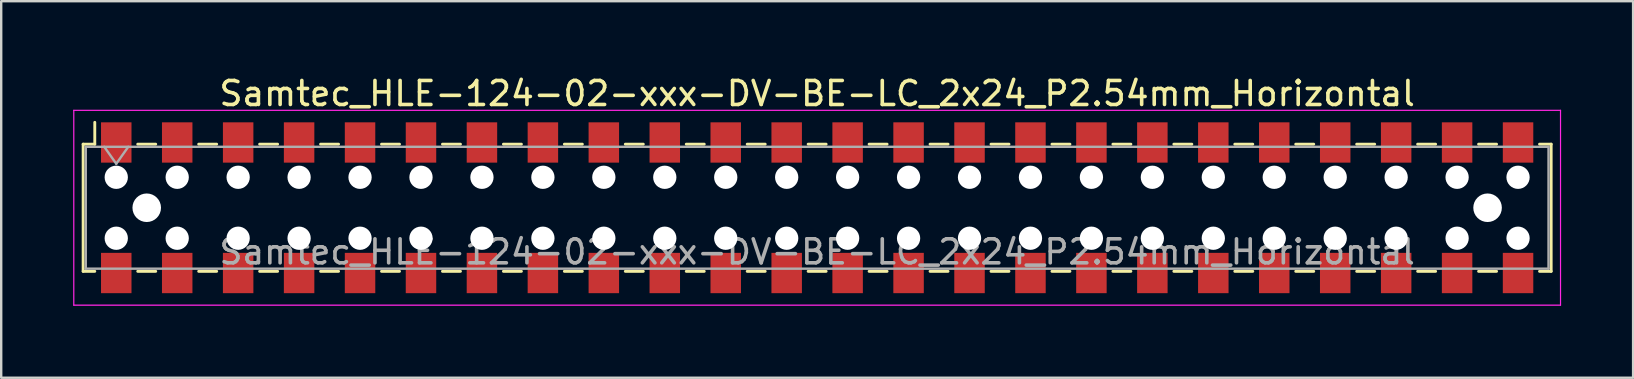
<source format=kicad_pcb>
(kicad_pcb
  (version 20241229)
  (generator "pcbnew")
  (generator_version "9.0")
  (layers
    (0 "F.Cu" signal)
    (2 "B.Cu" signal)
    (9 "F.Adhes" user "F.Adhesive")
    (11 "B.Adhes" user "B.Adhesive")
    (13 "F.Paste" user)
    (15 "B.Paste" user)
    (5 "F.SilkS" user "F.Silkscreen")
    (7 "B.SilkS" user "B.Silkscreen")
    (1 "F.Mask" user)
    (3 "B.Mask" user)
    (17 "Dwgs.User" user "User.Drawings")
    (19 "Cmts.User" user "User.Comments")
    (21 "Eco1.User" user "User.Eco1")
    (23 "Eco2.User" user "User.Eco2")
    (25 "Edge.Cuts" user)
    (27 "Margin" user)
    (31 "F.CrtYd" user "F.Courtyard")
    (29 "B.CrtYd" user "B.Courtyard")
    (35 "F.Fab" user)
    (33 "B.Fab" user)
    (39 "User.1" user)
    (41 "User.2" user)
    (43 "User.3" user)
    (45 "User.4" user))
  (footprint "Samtec_HLE-124-02-xxx-DV-BE-LC_2x24_P2.54mm_Horizontal"
    (layer "F.Cu")
    (at 31.005 5.608)
    (property "Reference" "Samtec_HLE-124-02-xxx-DV-BE-LC_2x24_P2.54mm_Horizontal" (at 0 -4.76 0) (layer "F.SilkS") (effects (font (size 1 1) (thickness 0.15))))
    (attr smd)
    (fp_line (start -30.59 -2.65) (end -30.59 2.65) (stroke (width 0.12) (type solid)) (layer "F.SilkS"))
    (fp_line (start -30.59 2.65) (end -30.105 2.65) (stroke (width 0.12) (type solid)) (layer "F.SilkS"))
    (fp_line (start -30.105 -3.56) (end -30.105 -2.65) (stroke (width 0.12) (type solid)) (layer "F.SilkS"))
    (fp_line (start -30.105 -2.65) (end -30.59 -2.65) (stroke (width 0.12) (type solid)) (layer "F.SilkS"))
    (fp_line (start -28.315 -2.65) (end -27.565 -2.65) (stroke (width 0.12) (type solid)) (layer "F.SilkS"))
    (fp_line (start -28.315 2.65) (end -27.565 2.65) (stroke (width 0.12) (type solid)) (layer "F.SilkS"))
    (fp_line (start -25.775 -2.65) (end -25.025 -2.65) (stroke (width 0.12) (type solid)) (layer "F.SilkS"))
    (fp_line (start -25.775 2.65) (end -25.025 2.65) (stroke (width 0.12) (type solid)) (layer "F.SilkS"))
    (fp_line (start -23.235 -2.65) (end -22.485 -2.65) (stroke (width 0.12) (type solid)) (layer "F.SilkS"))
    (fp_line (start -23.235 2.65) (end -22.485 2.65) (stroke (width 0.12) (type solid)) (layer "F.SilkS"))
    (fp_line (start -20.695 -2.65) (end -19.945 -2.65) (stroke (width 0.12) (type solid)) (layer "F.SilkS"))
    (fp_line (start -20.695 2.65) (end -19.945 2.65) (stroke (width 0.12) (type solid)) (layer "F.SilkS"))
    (fp_line (start -18.155 -2.65) (end -17.405 -2.65) (stroke (width 0.12) (type solid)) (layer "F.SilkS"))
    (fp_line (start -18.155 2.65) (end -17.405 2.65) (stroke (width 0.12) (type solid)) (layer "F.SilkS"))
    (fp_line (start -15.615 -2.65) (end -14.865 -2.65) (stroke (width 0.12) (type solid)) (layer "F.SilkS"))
    (fp_line (start -15.615 2.65) (end -14.865 2.65) (stroke (width 0.12) (type solid)) (layer "F.SilkS"))
    (fp_line (start -13.075 -2.65) (end -12.325 -2.65) (stroke (width 0.12) (type solid)) (layer "F.SilkS"))
    (fp_line (start -13.075 2.65) (end -12.325 2.65) (stroke (width 0.12) (type solid)) (layer "F.SilkS"))
    (fp_line (start -10.535 -2.65) (end -9.785 -2.65) (stroke (width 0.12) (type solid)) (layer "F.SilkS"))
    (fp_line (start -10.535 2.65) (end -9.785 2.65) (stroke (width 0.12) (type solid)) (layer "F.SilkS"))
    (fp_line (start -7.995 -2.65) (end -7.245 -2.65) (stroke (width 0.12) (type solid)) (layer "F.SilkS"))
    (fp_line (start -7.995 2.65) (end -7.245 2.65) (stroke (width 0.12) (type solid)) (layer "F.SilkS"))
    (fp_line (start -5.455 -2.65) (end -4.705 -2.65) (stroke (width 0.12) (type solid)) (layer "F.SilkS"))
    (fp_line (start -5.455 2.65) (end -4.705 2.65) (stroke (width 0.12) (type solid)) (layer "F.SilkS"))
    (fp_line (start -2.915 -2.65) (end -2.165 -2.65) (stroke (width 0.12) (type solid)) (layer "F.SilkS"))
    (fp_line (start -2.915 2.65) (end -2.165 2.65) (stroke (width 0.12) (type solid)) (layer "F.SilkS"))
    (fp_line (start -0.375 -2.65) (end 0.375 -2.65) (stroke (width 0.12) (type solid)) (layer "F.SilkS"))
    (fp_line (start -0.375 2.65) (end 0.375 2.65) (stroke (width 0.12) (type solid)) (layer "F.SilkS"))
    (fp_line (start 2.165 -2.65) (end 2.915 -2.65) (stroke (width 0.12) (type solid)) (layer "F.SilkS"))
    (fp_line (start 2.165 2.65) (end 2.915 2.65) (stroke (width 0.12) (type solid)) (layer "F.SilkS"))
    (fp_line (start 4.705 -2.65) (end 5.455 -2.65) (stroke (width 0.12) (type solid)) (layer "F.SilkS"))
    (fp_line (start 4.705 2.65) (end 5.455 2.65) (stroke (width 0.12) (type solid)) (layer "F.SilkS"))
    (fp_line (start 7.245 -2.65) (end 7.995 -2.65) (stroke (width 0.12) (type solid)) (layer "F.SilkS"))
    (fp_line (start 7.245 2.65) (end 7.995 2.65) (stroke (width 0.12) (type solid)) (layer "F.SilkS"))
    (fp_line (start 9.785 -2.65) (end 10.535 -2.65) (stroke (width 0.12) (type solid)) (layer "F.SilkS"))
    (fp_line (start 9.785 2.65) (end 10.535 2.65) (stroke (width 0.12) (type solid)) (layer "F.SilkS"))
    (fp_line (start 12.325 -2.65) (end 13.075 -2.65) (stroke (width 0.12) (type solid)) (layer "F.SilkS"))
    (fp_line (start 12.325 2.65) (end 13.075 2.65) (stroke (width 0.12) (type solid)) (layer "F.SilkS"))
    (fp_line (start 14.865 -2.65) (end 15.615 -2.65) (stroke (width 0.12) (type solid)) (layer "F.SilkS"))
    (fp_line (start 14.865 2.65) (end 15.615 2.65) (stroke (width 0.12) (type solid)) (layer "F.SilkS"))
    (fp_line (start 17.405 -2.65) (end 18.155 -2.65) (stroke (width 0.12) (type solid)) (layer "F.SilkS"))
    (fp_line (start 17.405 2.65) (end 18.155 2.65) (stroke (width 0.12) (type solid)) (layer "F.SilkS"))
    (fp_line (start 19.945 -2.65) (end 20.695 -2.65) (stroke (width 0.12) (type solid)) (layer "F.SilkS"))
    (fp_line (start 19.945 2.65) (end 20.695 2.65) (stroke (width 0.12) (type solid)) (layer "F.SilkS"))
    (fp_line (start 22.485 -2.65) (end 23.235 -2.65) (stroke (width 0.12) (type solid)) (layer "F.SilkS"))
    (fp_line (start 22.485 2.65) (end 23.235 2.65) (stroke (width 0.12) (type solid)) (layer "F.SilkS"))
    (fp_line (start 25.025 -2.65) (end 25.775 -2.65) (stroke (width 0.12) (type solid)) (layer "F.SilkS"))
    (fp_line (start 25.025 2.65) (end 25.775 2.65) (stroke (width 0.12) (type solid)) (layer "F.SilkS"))
    (fp_line (start 27.565 -2.65) (end 28.315 -2.65) (stroke (width 0.12) (type solid)) (layer "F.SilkS"))
    (fp_line (start 27.565 2.65) (end 28.315 2.65) (stroke (width 0.12) (type solid)) (layer "F.SilkS"))
    (fp_line (start 30.105 -2.65) (end 30.59 -2.65) (stroke (width 0.12) (type solid)) (layer "F.SilkS"))
    (fp_line (start 30.59 -2.65) (end 30.59 2.65) (stroke (width 0.12) (type solid)) (layer "F.SilkS"))
    (fp_line (start 30.59 2.65) (end 30.105 2.65) (stroke (width 0.12) (type solid)) (layer "F.SilkS"))
    (fp_line (start -30.98 -4.06) (end 30.98 -4.06) (stroke (width 0.05) (type solid)) (layer "F.CrtYd"))
    (fp_line (start -30.98 4.06) (end -30.98 -4.06) (stroke (width 0.05) (type solid)) (layer "F.CrtYd"))
    (fp_line (start 30.98 -4.06) (end 30.98 4.06) (stroke (width 0.05) (type solid)) (layer "F.CrtYd"))
    (fp_line (start 30.98 4.06) (end -30.98 4.06) (stroke (width 0.05) (type solid)) (layer "F.CrtYd"))
    (fp_line (start -30.48 -2.54) (end 30.48 -2.54) (stroke (width 0.1) (type solid)) (layer "F.Fab"))
    (fp_line (start -30.48 2.54) (end -30.48 -2.54) (stroke (width 0.1) (type solid)) (layer "F.Fab"))
    (fp_line (start -29.71 -2.54) (end -29.21 -1.833) (stroke (width 0.1) (type solid)) (layer "F.Fab"))
    (fp_line (start -29.21 -1.833) (end -28.71 -2.54) (stroke (width 0.1) (type solid)) (layer "F.Fab"))
    (fp_line (start 30.48 -2.54) (end 30.48 2.54) (stroke (width 0.1) (type solid)) (layer "F.Fab"))
    (fp_line (start 30.48 2.54) (end -30.48 2.54) (stroke (width 0.1) (type solid)) (layer "F.Fab"))
    (fp_text user "${REFERENCE}" (at 0 1.84 0) (layer "F.Fab") (effects (font (size 1 1) (thickness 0.15))))
    (pad "" np_thru_hole circle (at -29.21 -1.27) (size 0.97 0.97) (drill 0.97) (layers "*.Cu" "*.Mask"))
    (pad "" np_thru_hole circle (at -29.21 1.27) (size 0.97 0.97) (drill 0.97) (layers "*.Cu" "*.Mask"))
    (pad "" np_thru_hole circle (at -27.94 0) (size 1.19 1.19) (drill 1.19) (layers "*.Cu" "*.Mask"))
    (pad "" np_thru_hole circle (at -26.67 -1.27) (size 0.97 0.97) (drill 0.97) (layers "*.Cu" "*.Mask"))
    (pad "" np_thru_hole circle (at -26.67 1.27) (size 0.97 0.97) (drill 0.97) (layers "*.Cu" "*.Mask"))
    (pad "" np_thru_hole circle (at -24.13 -1.27) (size 0.97 0.97) (drill 0.97) (layers "*.Cu" "*.Mask"))
    (pad "" np_thru_hole circle (at -24.13 1.27) (size 0.97 0.97) (drill 0.97) (layers "*.Cu" "*.Mask"))
    (pad "" np_thru_hole circle (at -21.59 -1.27) (size 0.97 0.97) (drill 0.97) (layers "*.Cu" "*.Mask"))
    (pad "" np_thru_hole circle (at -21.59 1.27) (size 0.97 0.97) (drill 0.97) (layers "*.Cu" "*.Mask"))
    (pad "" np_thru_hole circle (at -19.05 -1.27) (size 0.97 0.97) (drill 0.97) (layers "*.Cu" "*.Mask"))
    (pad "" np_thru_hole circle (at -19.05 1.27) (size 0.97 0.97) (drill 0.97) (layers "*.Cu" "*.Mask"))
    (pad "" np_thru_hole circle (at -16.51 -1.27) (size 0.97 0.97) (drill 0.97) (layers "*.Cu" "*.Mask"))
    (pad "" np_thru_hole circle (at -16.51 1.27) (size 0.97 0.97) (drill 0.97) (layers "*.Cu" "*.Mask"))
    (pad "" np_thru_hole circle (at -13.97 -1.27) (size 0.97 0.97) (drill 0.97) (layers "*.Cu" "*.Mask"))
    (pad "" np_thru_hole circle (at -13.97 1.27) (size 0.97 0.97) (drill 0.97) (layers "*.Cu" "*.Mask"))
    (pad "" np_thru_hole circle (at -11.43 -1.27) (size 0.97 0.97) (drill 0.97) (layers "*.Cu" "*.Mask"))
    (pad "" np_thru_hole circle (at -11.43 1.27) (size 0.97 0.97) (drill 0.97) (layers "*.Cu" "*.Mask"))
    (pad "" np_thru_hole circle (at -8.89 -1.27) (size 0.97 0.97) (drill 0.97) (layers "*.Cu" "*.Mask"))
    (pad "" np_thru_hole circle (at -8.89 1.27) (size 0.97 0.97) (drill 0.97) (layers "*.Cu" "*.Mask"))
    (pad "" np_thru_hole circle (at -6.35 -1.27) (size 0.97 0.97) (drill 0.97) (layers "*.Cu" "*.Mask"))
    (pad "" np_thru_hole circle (at -6.35 1.27) (size 0.97 0.97) (drill 0.97) (layers "*.Cu" "*.Mask"))
    (pad "" np_thru_hole circle (at -3.81 -1.27) (size 0.97 0.97) (drill 0.97) (layers "*.Cu" "*.Mask"))
    (pad "" np_thru_hole circle (at -3.81 1.27) (size 0.97 0.97) (drill 0.97) (layers "*.Cu" "*.Mask"))
    (pad "" np_thru_hole circle (at -1.27 -1.27) (size 0.97 0.97) (drill 0.97) (layers "*.Cu" "*.Mask"))
    (pad "" np_thru_hole circle (at -1.27 1.27) (size 0.97 0.97) (drill 0.97) (layers "*.Cu" "*.Mask"))
    (pad "" np_thru_hole circle (at 1.27 -1.27) (size 0.97 0.97) (drill 0.97) (layers "*.Cu" "*.Mask"))
    (pad "" np_thru_hole circle (at 1.27 1.27) (size 0.97 0.97) (drill 0.97) (layers "*.Cu" "*.Mask"))
    (pad "" np_thru_hole circle (at 3.81 -1.27) (size 0.97 0.97) (drill 0.97) (layers "*.Cu" "*.Mask"))
    (pad "" np_thru_hole circle (at 3.81 1.27) (size 0.97 0.97) (drill 0.97) (layers "*.Cu" "*.Mask"))
    (pad "" np_thru_hole circle (at 6.35 -1.27) (size 0.97 0.97) (drill 0.97) (layers "*.Cu" "*.Mask"))
    (pad "" np_thru_hole circle (at 6.35 1.27) (size 0.97 0.97) (drill 0.97) (layers "*.Cu" "*.Mask"))
    (pad "" np_thru_hole circle (at 8.89 -1.27) (size 0.97 0.97) (drill 0.97) (layers "*.Cu" "*.Mask"))
    (pad "" np_thru_hole circle (at 8.89 1.27) (size 0.97 0.97) (drill 0.97) (layers "*.Cu" "*.Mask"))
    (pad "" np_thru_hole circle (at 11.43 -1.27) (size 0.97 0.97) (drill 0.97) (layers "*.Cu" "*.Mask"))
    (pad "" np_thru_hole circle (at 11.43 1.27) (size 0.97 0.97) (drill 0.97) (layers "*.Cu" "*.Mask"))
    (pad "" np_thru_hole circle (at 13.97 -1.27) (size 0.97 0.97) (drill 0.97) (layers "*.Cu" "*.Mask"))
    (pad "" np_thru_hole circle (at 13.97 1.27) (size 0.97 0.97) (drill 0.97) (layers "*.Cu" "*.Mask"))
    (pad "" np_thru_hole circle (at 16.51 -1.27) (size 0.97 0.97) (drill 0.97) (layers "*.Cu" "*.Mask"))
    (pad "" np_thru_hole circle (at 16.51 1.27) (size 0.97 0.97) (drill 0.97) (layers "*.Cu" "*.Mask"))
    (pad "" np_thru_hole circle (at 19.05 -1.27) (size 0.97 0.97) (drill 0.97) (layers "*.Cu" "*.Mask"))
    (pad "" np_thru_hole circle (at 19.05 1.27) (size 0.97 0.97) (drill 0.97) (layers "*.Cu" "*.Mask"))
    (pad "" np_thru_hole circle (at 21.59 -1.27) (size 0.97 0.97) (drill 0.97) (layers "*.Cu" "*.Mask"))
    (pad "" np_thru_hole circle (at 21.59 1.27) (size 0.97 0.97) (drill 0.97) (layers "*.Cu" "*.Mask"))
    (pad "" np_thru_hole circle (at 24.13 -1.27) (size 0.97 0.97) (drill 0.97) (layers "*.Cu" "*.Mask"))
    (pad "" np_thru_hole circle (at 24.13 1.27) (size 0.97 0.97) (drill 0.97) (layers "*.Cu" "*.Mask"))
    (pad "" np_thru_hole circle (at 26.67 -1.27) (size 0.97 0.97) (drill 0.97) (layers "*.Cu" "*.Mask"))
    (pad "" np_thru_hole circle (at 26.67 1.27) (size 0.97 0.97) (drill 0.97) (layers "*.Cu" "*.Mask"))
    (pad "" np_thru_hole circle (at 27.94 0) (size 1.19 1.19) (drill 1.19) (layers "*.Cu" "*.Mask"))
    (pad "" np_thru_hole circle (at 29.21 -1.27) (size 0.97 0.97) (drill 0.97) (layers "*.Cu" "*.Mask"))
    (pad "" np_thru_hole circle (at 29.21 1.27) (size 0.97 0.97) (drill 0.97) (layers "*.Cu" "*.Mask"))
    (pad "1" smd rect (at -29.21 -2.72) (size 1.27 1.68) (layers "F.Cu" "F.Mask" "F.Paste"))
    (pad "2" smd rect (at -29.21 2.72) (size 1.27 1.68) (layers "F.Cu" "F.Mask" "F.Paste"))
    (pad "3" smd rect (at -26.67 -2.72) (size 1.27 1.68) (layers "F.Cu" "F.Mask" "F.Paste"))
    (pad "4" smd rect (at -26.67 2.72) (size 1.27 1.68) (layers "F.Cu" "F.Mask" "F.Paste"))
    (pad "5" smd rect (at -24.13 -2.72) (size 1.27 1.68) (layers "F.Cu" "F.Mask" "F.Paste"))
    (pad "6" smd rect (at -24.13 2.72) (size 1.27 1.68) (layers "F.Cu" "F.Mask" "F.Paste"))
    (pad "7" smd rect (at -21.59 -2.72) (size 1.27 1.68) (layers "F.Cu" "F.Mask" "F.Paste"))
    (pad "8" smd rect (at -21.59 2.72) (size 1.27 1.68) (layers "F.Cu" "F.Mask" "F.Paste"))
    (pad "9" smd rect (at -19.05 -2.72) (size 1.27 1.68) (layers "F.Cu" "F.Mask" "F.Paste"))
    (pad "10" smd rect (at -19.05 2.72) (size 1.27 1.68) (layers "F.Cu" "F.Mask" "F.Paste"))
    (pad "11" smd rect (at -16.51 -2.72) (size 1.27 1.68) (layers "F.Cu" "F.Mask" "F.Paste"))
    (pad "12" smd rect (at -16.51 2.72) (size 1.27 1.68) (layers "F.Cu" "F.Mask" "F.Paste"))
    (pad "13" smd rect (at -13.97 -2.72) (size 1.27 1.68) (layers "F.Cu" "F.Mask" "F.Paste"))
    (pad "14" smd rect (at -13.97 2.72) (size 1.27 1.68) (layers "F.Cu" "F.Mask" "F.Paste"))
    (pad "15" smd rect (at -11.43 -2.72) (size 1.27 1.68) (layers "F.Cu" "F.Mask" "F.Paste"))
    (pad "16" smd rect (at -11.43 2.72) (size 1.27 1.68) (layers "F.Cu" "F.Mask" "F.Paste"))
    (pad "17" smd rect (at -8.89 -2.72) (size 1.27 1.68) (layers "F.Cu" "F.Mask" "F.Paste"))
    (pad "18" smd rect (at -8.89 2.72) (size 1.27 1.68) (layers "F.Cu" "F.Mask" "F.Paste"))
    (pad "19" smd rect (at -6.35 -2.72) (size 1.27 1.68) (layers "F.Cu" "F.Mask" "F.Paste"))
    (pad "20" smd rect (at -6.35 2.72) (size 1.27 1.68) (layers "F.Cu" "F.Mask" "F.Paste"))
    (pad "21" smd rect (at -3.81 -2.72) (size 1.27 1.68) (layers "F.Cu" "F.Mask" "F.Paste"))
    (pad "22" smd rect (at -3.81 2.72) (size 1.27 1.68) (layers "F.Cu" "F.Mask" "F.Paste"))
    (pad "23" smd rect (at -1.27 -2.72) (size 1.27 1.68) (layers "F.Cu" "F.Mask" "F.Paste"))
    (pad "24" smd rect (at -1.27 2.72) (size 1.27 1.68) (layers "F.Cu" "F.Mask" "F.Paste"))
    (pad "25" smd rect (at 1.27 -2.72) (size 1.27 1.68) (layers "F.Cu" "F.Mask" "F.Paste"))
    (pad "26" smd rect (at 1.27 2.72) (size 1.27 1.68) (layers "F.Cu" "F.Mask" "F.Paste"))
    (pad "27" smd rect (at 3.81 -2.72) (size 1.27 1.68) (layers "F.Cu" "F.Mask" "F.Paste"))
    (pad "28" smd rect (at 3.81 2.72) (size 1.27 1.68) (layers "F.Cu" "F.Mask" "F.Paste"))
    (pad "29" smd rect (at 6.35 -2.72) (size 1.27 1.68) (layers "F.Cu" "F.Mask" "F.Paste"))
    (pad "30" smd rect (at 6.35 2.72) (size 1.27 1.68) (layers "F.Cu" "F.Mask" "F.Paste"))
    (pad "31" smd rect (at 8.89 -2.72) (size 1.27 1.68) (layers "F.Cu" "F.Mask" "F.Paste"))
    (pad "32" smd rect (at 8.89 2.72) (size 1.27 1.68) (layers "F.Cu" "F.Mask" "F.Paste"))
    (pad "33" smd rect (at 11.43 -2.72) (size 1.27 1.68) (layers "F.Cu" "F.Mask" "F.Paste"))
    (pad "34" smd rect (at 11.43 2.72) (size 1.27 1.68) (layers "F.Cu" "F.Mask" "F.Paste"))
    (pad "35" smd rect (at 13.97 -2.72) (size 1.27 1.68) (layers "F.Cu" "F.Mask" "F.Paste"))
    (pad "36" smd rect (at 13.97 2.72) (size 1.27 1.68) (layers "F.Cu" "F.Mask" "F.Paste"))
    (pad "37" smd rect (at 16.51 -2.72) (size 1.27 1.68) (layers "F.Cu" "F.Mask" "F.Paste"))
    (pad "38" smd rect (at 16.51 2.72) (size 1.27 1.68) (layers "F.Cu" "F.Mask" "F.Paste"))
    (pad "39" smd rect (at 19.05 -2.72) (size 1.27 1.68) (layers "F.Cu" "F.Mask" "F.Paste"))
    (pad "40" smd rect (at 19.05 2.72) (size 1.27 1.68) (layers "F.Cu" "F.Mask" "F.Paste"))
    (pad "41" smd rect (at 21.59 -2.72) (size 1.27 1.68) (layers "F.Cu" "F.Mask" "F.Paste"))
    (pad "42" smd rect (at 21.59 2.72) (size 1.27 1.68) (layers "F.Cu" "F.Mask" "F.Paste"))
    (pad "43" smd rect (at 24.13 -2.72) (size 1.27 1.68) (layers "F.Cu" "F.Mask" "F.Paste"))
    (pad "44" smd rect (at 24.13 2.72) (size 1.27 1.68) (layers "F.Cu" "F.Mask" "F.Paste"))
    (pad "45" smd rect (at 26.67 -2.72) (size 1.27 1.68) (layers "F.Cu" "F.Mask" "F.Paste"))
    (pad "46" smd rect (at 26.67 2.72) (size 1.27 1.68) (layers "F.Cu" "F.Mask" "F.Paste"))
    (pad "47" smd rect (at 29.21 -2.72) (size 1.27 1.68) (layers "F.Cu" "F.Mask" "F.Paste"))
    (pad "48" smd rect (at 29.21 2.72) (size 1.27 1.68) (layers "F.Cu" "F.Mask" "F.Paste")))
  (gr_rect
    (start -3 -3)
    (end 65.01 12.693)
    (stroke (width 0.1) (type default))
    (fill no)
    (layer "Edge.Cuts")))
</source>
